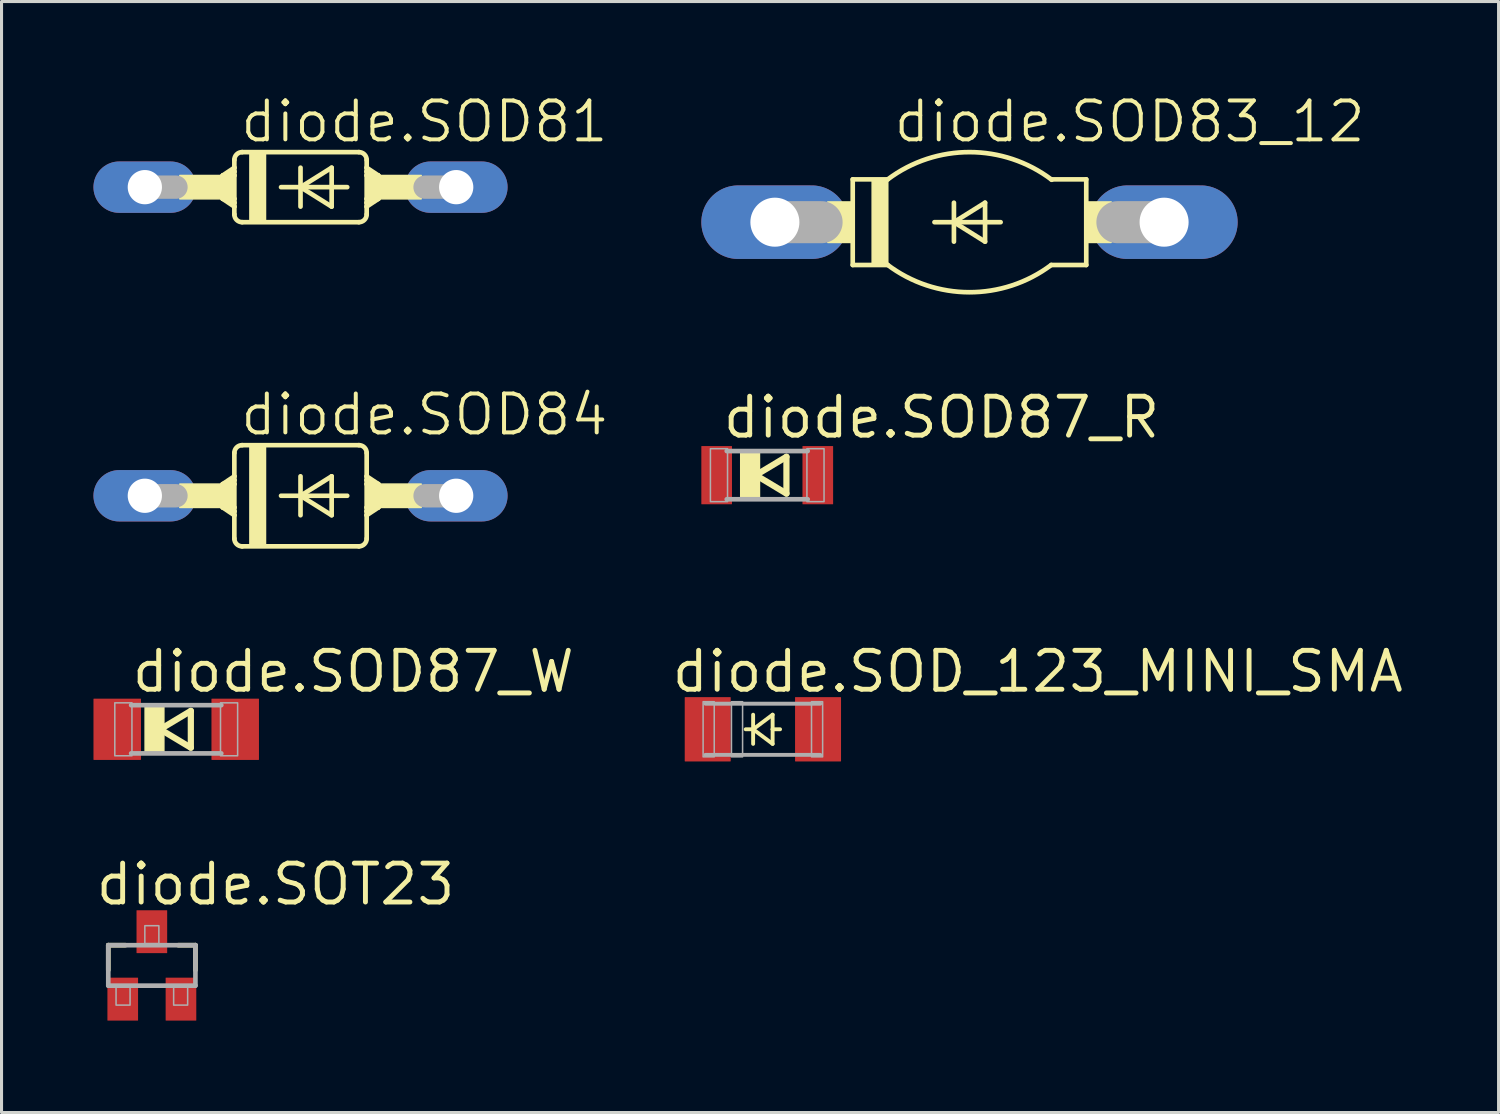
<source format=kicad_pcb>
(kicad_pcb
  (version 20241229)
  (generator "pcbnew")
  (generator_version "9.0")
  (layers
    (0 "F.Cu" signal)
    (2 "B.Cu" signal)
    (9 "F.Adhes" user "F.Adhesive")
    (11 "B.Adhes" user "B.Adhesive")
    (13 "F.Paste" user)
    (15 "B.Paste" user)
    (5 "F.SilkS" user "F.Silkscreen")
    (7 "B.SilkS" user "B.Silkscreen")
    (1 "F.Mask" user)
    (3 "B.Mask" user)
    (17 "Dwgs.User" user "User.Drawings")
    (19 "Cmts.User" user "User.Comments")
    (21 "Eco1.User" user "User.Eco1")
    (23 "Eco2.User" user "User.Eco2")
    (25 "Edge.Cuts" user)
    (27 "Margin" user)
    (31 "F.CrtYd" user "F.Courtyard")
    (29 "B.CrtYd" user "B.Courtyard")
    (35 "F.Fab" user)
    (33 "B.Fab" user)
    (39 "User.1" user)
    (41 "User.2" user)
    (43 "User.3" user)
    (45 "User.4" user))
  (footprint "diode.SOD83_12"
    (layer "F.Cu")
    (at 28.585 4.2)
    (property "Reference" "diode.SOD83_12" (at -2.54 -2.54 0) (layer "F.SilkS") (effects (font (size 1.27 1.27) (thickness 0.13)) (justify left bottom)))
    (attr through_hole)
    (fp_line (start -3.81 -1.397) (end -3.81 1.397) (stroke (width 0.152) (type default)) (layer "F.SilkS"))
    (fp_line (start -3.81 -1.397) (end -2.667 -1.397) (stroke (width 0.152) (type default)) (layer "F.SilkS"))
    (fp_line (start -3.81 1.397) (end -2.667 1.397) (stroke (width 0.152) (type default)) (layer "F.SilkS"))
    (fp_line (start -1.143 0) (end -0.508 0) (stroke (width 0.152) (type default)) (layer "F.SilkS"))
    (fp_line (start -0.508 -0.635) (end -0.508 0) (stroke (width 0.152) (type default)) (layer "F.SilkS"))
    (fp_line (start -0.508 0) (end -0.508 0.635) (stroke (width 0.152) (type default)) (layer "F.SilkS"))
    (fp_line (start -0.508 0) (end 0.508 -0.635) (stroke (width 0.152) (type default)) (layer "F.SilkS"))
    (fp_line (start -0.508 0) (end 1.016 0) (stroke (width 0.152) (type default)) (layer "F.SilkS"))
    (fp_line (start 0.508 -0.635) (end 0.508 0.635) (stroke (width 0.152) (type default)) (layer "F.SilkS"))
    (fp_line (start 0.508 0.635) (end -0.508 0) (stroke (width 0.152) (type default)) (layer "F.SilkS"))
    (fp_line (start 2.667 1.397) (end 3.81 1.397) (stroke (width 0.152) (type default)) (layer "F.SilkS"))
    (fp_line (start 3.81 -1.397) (end 2.667 -1.397) (stroke (width 0.152) (type default)) (layer "F.SilkS"))
    (fp_line (start 3.81 1.397) (end 3.81 -1.397) (stroke (width 0.152) (type default)) (layer "F.SilkS"))
    (fp_rect (start -4.623 0.66) (end -3.81 -0.66) (stroke (width 0.05) (type default)) (fill yes) (layer "F.SilkS"))
    (fp_rect (start -3.175 1.397) (end -2.667 -1.397) (stroke (width 0.05) (type default)) (fill yes) (layer "F.SilkS"))
    (fp_rect (start 3.81 0.66) (end 4.623 -0.66) (stroke (width 0.05) (type default)) (fill yes) (layer "F.SilkS"))
    (fp_arc (start -2.667 -1.397) (mid 0.010709 -2.285983) (end 2.6841 -1.3841) (stroke (width 0.1524) (type default)) (layer "F.SilkS"))
    (fp_arc (start 2.667 1.397) (mid -0.010709 2.285983) (end -2.6841 1.3841) (stroke (width 0.1524) (type default)) (layer "F.SilkS"))
    (fp_line (start -6.35 0) (end -4.826 0) (stroke (width 1.372) (type default)) (layer "F.Fab"))
    (fp_line (start 6.35 0) (end 4.826 0) (stroke (width 1.372) (type default)) (layer "F.Fab"))
    (pad "A" thru_hole oval (at 6.35 0) (size 4.801 2.4) (drill 1.6) (layers "*.Cu" "*.Mask"))
    (pad "C" thru_hole oval (at -6.35 0) (size 4.801 2.4) (drill 1.6) (layers "*.Cu" "*.Mask")))
  (footprint "diode.SOD_123_MINI_SMA"
    (layer "F.Cu")
    (at 21.843 20.747)
    (property "Reference" "diode.SOD_123_MINI_SMA" (at -3.048 -1.143 0) (layer "F.SilkS") (effects (font (size 1.27 1.27) (thickness 0.16)) (justify left bottom)))
    (attr smd)
    (fp_line (start -0.318 0) (end -0.561 0) (stroke (width 0.127) (type default)) (layer "F.SilkS"))
    (fp_line (start -0.318 0) (end -0.318 -0.476) (stroke (width 0.127) (type default)) (layer "F.SilkS"))
    (fp_line (start -0.318 0) (end -0.318 0.476) (stroke (width 0.127) (type default)) (layer "F.SilkS"))
    (fp_line (start -0.318 0) (end 0.318 0.476) (stroke (width 0.127) (type default)) (layer "F.SilkS"))
    (fp_line (start 0.318 -0.476) (end -0.318 0) (stroke (width 0.127) (type default)) (layer "F.SilkS"))
    (fp_line (start 0.318 0) (end 0.318 -0.476) (stroke (width 0.127) (type default)) (layer "F.SilkS"))
    (fp_line (start 0.318 0) (end 0.561 0) (stroke (width 0.127) (type default)) (layer "F.SilkS"))
    (fp_line (start 0.318 0.476) (end 0.318 0) (stroke (width 0.127) (type default)) (layer "F.SilkS"))
    (fp_line (start -1.873 -0.835) (end 1.873 -0.835) (stroke (width 0.127) (type default)) (layer "F.Fab"))
    (fp_line (start -1.873 0.835) (end 1.873 0.835) (stroke (width 0.127) (type default)) (layer "F.Fab"))
    (fp_rect (start -1.95 0.9) (end -1.587 -0.9) (stroke (width 0.05) (type default)) (fill no) (layer "F.Fab"))
    (fp_rect (start -1.025 0.9) (end -0.662 -0.9) (stroke (width 0.05) (type default)) (fill no) (layer "F.Fab"))
    (fp_rect (start 1.587 0.9) (end 1.95 -0.9) (stroke (width 0.05) (type default)) (fill no) (layer "F.Fab"))
    (pad "A" smd roundrect (at 1.8 0 180) (size 1.5 2.1) (layers "F.Cu" "F.Mask" "F.Paste") (roundrect_rratio 0.01))
    (pad "C" smd roundrect (at -1.8 0 180) (size 1.5 2.1) (layers "F.Cu" "F.Mask" "F.Paste") (roundrect_rratio 0.01)))
  (footprint "diode.SOD87_W"
    (layer "F.Cu")
    (at 2.7 20.747)
    (property "Reference" "diode.SOD87_W" (at -1.524 -1.143 0) (layer "F.SilkS") (effects (font (size 1.27 1.27) (thickness 0.16)) (justify left bottom)))
    (attr smd)
    (fp_line (start -0.523 0) (end 0.477 0.6) (stroke (width 0.203) (type default)) (layer "F.SilkS"))
    (fp_line (start 0.477 -0.6) (end -0.523 0) (stroke (width 0.203) (type default)) (layer "F.SilkS"))
    (fp_line (start 0.477 0.6) (end 0.477 -0.6) (stroke (width 0.203) (type default)) (layer "F.SilkS"))
    (fp_rect (start -1.014 0.787) (end -0.404 -0.787) (stroke (width 0.05) (type default)) (fill yes) (layer "F.SilkS"))
    (fp_line (start 1.471 -0.787) (end -1.471 -0.787) (stroke (width 0.152) (type default)) (layer "F.Fab"))
    (fp_line (start 1.471 0.787) (end -1.471 0.787) (stroke (width 0.152) (type default)) (layer "F.Fab"))
    (fp_rect (start -2.004 0.864) (end -1.445 -0.864) (stroke (width 0.05) (type default)) (fill no) (layer "F.Fab"))
    (fp_rect (start 1.445 0.864) (end 2.004 -0.864) (stroke (width 0.05) (type default)) (fill no) (layer "F.Fab"))
    (pad "A" smd roundrect (at 1.925 0) (size 1.55 2) (layers "F.Cu" "F.Mask" "F.Paste") (roundrect_rratio 0.01))
    (pad "C" smd roundrect (at -1.925 0) (size 1.55 2) (layers "F.Cu" "F.Mask" "F.Paste") (roundrect_rratio 0.01)))
  (footprint "diode.SOD87_R"
    (layer "F.Cu")
    (at 21.985 12.455)
    (property "Reference" "diode.SOD87_R" (at -1.524 -1.143 0) (layer "F.SilkS") (effects (font (size 1.27 1.27) (thickness 0.16)) (justify left bottom)))
    (attr smd)
    (fp_line (start -0.373 0) (end 0.627 0.6) (stroke (width 0.203) (type default)) (layer "F.SilkS"))
    (fp_line (start 0.627 -0.6) (end -0.373 0) (stroke (width 0.203) (type default)) (layer "F.SilkS"))
    (fp_line (start 0.627 0.6) (end 0.627 -0.6) (stroke (width 0.203) (type default)) (layer "F.SilkS"))
    (fp_rect (start -0.864 0.787) (end -0.254 -0.787) (stroke (width 0.05) (type default)) (fill yes) (layer "F.SilkS"))
    (fp_line (start 1.321 -0.787) (end -1.321 -0.787) (stroke (width 0.152) (type default)) (layer "F.Fab"))
    (fp_line (start 1.321 0.787) (end -1.321 0.787) (stroke (width 0.152) (type default)) (layer "F.Fab"))
    (fp_rect (start -1.854 0.864) (end -1.295 -0.864) (stroke (width 0.05) (type default)) (fill no) (layer "F.Fab"))
    (fp_rect (start 1.295 0.864) (end 1.854 -0.864) (stroke (width 0.05) (type default)) (fill no) (layer "F.Fab"))
    (pad "A" smd roundrect (at 1.65 0) (size 1 1.9) (layers "F.Cu" "F.Mask" "F.Paste") (roundrect_rratio 0.01))
    (pad "C" smd roundrect (at -1.65 0) (size 1 1.9) (layers "F.Cu" "F.Mask" "F.Paste") (roundrect_rratio 0.01)))
  (footprint "diode.SOT23"
    (layer "F.Cu")
    (at 1.905 28.452)
    (property "Reference" "diode.SOT23" (at -1.905 -1.905 0) (layer "F.SilkS") (effects (font (size 1.27 1.27) (thickness 0.16)) (justify left bottom)))
    (attr smd)
    (fp_line (start -1.422 -0.66) (end -0.864 -0.66) (stroke (width 0.152) (type default)) (layer "F.SilkS"))
    (fp_line (start -1.422 0.152) (end -1.422 -0.66) (stroke (width 0.152) (type default)) (layer "F.SilkS"))
    (fp_line (start 0.864 -0.66) (end 1.422 -0.66) (stroke (width 0.152) (type default)) (layer "F.SilkS"))
    (fp_line (start 1.422 -0.66) (end 1.422 0.152) (stroke (width 0.152) (type default)) (layer "F.SilkS"))
    (fp_line (start -1.422 -0.66) (end 1.422 -0.66) (stroke (width 0.152) (type default)) (layer "F.Fab"))
    (fp_line (start -1.422 0.66) (end -1.422 -0.66) (stroke (width 0.152) (type default)) (layer "F.Fab"))
    (fp_line (start 1.422 -0.66) (end 1.422 0.66) (stroke (width 0.152) (type default)) (layer "F.Fab"))
    (fp_line (start 1.422 0.66) (end -1.422 0.66) (stroke (width 0.152) (type default)) (layer "F.Fab"))
    (fp_rect (start -1.168 1.295) (end -0.711 0.711) (stroke (width 0.05) (type default)) (fill no) (layer "F.Fab"))
    (fp_rect (start -0.229 -0.711) (end 0.229 -1.295) (stroke (width 0.05) (type default)) (fill no) (layer "F.Fab"))
    (fp_rect (start 0.711 1.295) (end 1.168 0.711) (stroke (width 0.05) (type default)) (fill no) (layer "F.Fab"))
    (pad "1" smd roundrect (at -0.95 1.1) (size 1 1.4) (layers "F.Cu" "F.Mask" "F.Paste") (roundrect_rratio 0.01))
    (pad "2" smd roundrect (at 0.95 1.1) (size 1 1.4) (layers "F.Cu" "F.Mask" "F.Paste") (roundrect_rratio 0.01))
    (pad "3" smd roundrect (at 0 -1.1) (size 1 1.4) (layers "F.Cu" "F.Mask" "F.Paste") (roundrect_rratio 0.01)))
  (footprint "diode.SOD81"
    (layer "F.Cu")
    (at 6.756 3.057)
    (property "Reference" "diode.SOD81" (at -2.032 -1.397 0) (layer "F.SilkS") (effects (font (size 1.27 1.27) (thickness 0.13)) (justify left bottom)))
    (attr through_hole)
    (fp_line (start -2.54 -0.381) (end -2.54 0.381) (stroke (width 0.152) (type default)) (layer "F.SilkS"))
    (fp_line (start -2.54 -0.381) (end -2.413 -0.381) (stroke (width 0.152) (type default)) (layer "F.SilkS"))
    (fp_line (start -2.54 0.381) (end -2.413 0.381) (stroke (width 0.152) (type default)) (layer "F.SilkS"))
    (fp_line (start -2.54 0.381) (end -2.159 0.635) (stroke (width 0.152) (type default)) (layer "F.SilkS"))
    (fp_line (start -2.413 -0.381) (end -2.159 -0.381) (stroke (width 0.152) (type default)) (layer "F.SilkS"))
    (fp_line (start -2.413 0.381) (end -2.159 0.381) (stroke (width 0.152) (type default)) (layer "F.SilkS"))
    (fp_line (start -2.159 -0.635) (end -2.54 -0.381) (stroke (width 0.152) (type default)) (layer "F.SilkS"))
    (fp_line (start -2.159 -0.635) (end -2.159 -0.889) (stroke (width 0.152) (type default)) (layer "F.SilkS"))
    (fp_line (start -2.159 -0.635) (end -2.159 -0.508) (stroke (width 0.152) (type default)) (layer "F.SilkS"))
    (fp_line (start -2.159 -0.508) (end -2.413 -0.381) (stroke (width 0.152) (type default)) (layer "F.SilkS"))
    (fp_line (start -2.159 -0.508) (end -2.159 -0.381) (stroke (width 0.152) (type default)) (layer "F.SilkS"))
    (fp_line (start -2.159 -0.381) (end -2.159 0.381) (stroke (width 0.152) (type default)) (layer "F.SilkS"))
    (fp_line (start -2.159 0.381) (end -2.159 0.508) (stroke (width 0.152) (type default)) (layer "F.SilkS"))
    (fp_line (start -2.159 0.508) (end -2.413 0.381) (stroke (width 0.152) (type default)) (layer "F.SilkS"))
    (fp_line (start -2.159 0.508) (end -2.159 0.635) (stroke (width 0.152) (type default)) (layer "F.SilkS"))
    (fp_line (start -2.159 0.635) (end -2.159 0.889) (stroke (width 0.152) (type default)) (layer "F.SilkS"))
    (fp_line (start -1.905 -1.143) (end 1.905 -1.143) (stroke (width 0.152) (type default)) (layer "F.SilkS"))
    (fp_line (start -1.905 1.143) (end 1.905 1.143) (stroke (width 0.152) (type default)) (layer "F.SilkS"))
    (fp_line (start -0.635 0) (end 0 0) (stroke (width 0.152) (type default)) (layer "F.SilkS"))
    (fp_line (start 0 -0.635) (end 0 0) (stroke (width 0.152) (type default)) (layer "F.SilkS"))
    (fp_line (start 0 0) (end 0 0.635) (stroke (width 0.152) (type default)) (layer "F.SilkS"))
    (fp_line (start 0 0) (end 1.016 -0.635) (stroke (width 0.152) (type default)) (layer "F.SilkS"))
    (fp_line (start 0 0) (end 1.524 0) (stroke (width 0.152) (type default)) (layer "F.SilkS"))
    (fp_line (start 1.016 -0.635) (end 1.016 0.635) (stroke (width 0.152) (type default)) (layer "F.SilkS"))
    (fp_line (start 1.016 0.635) (end 0 0) (stroke (width 0.152) (type default)) (layer "F.SilkS"))
    (fp_line (start 2.159 -0.635) (end 2.159 -0.889) (stroke (width 0.152) (type default)) (layer "F.SilkS"))
    (fp_line (start 2.159 -0.635) (end 2.54 -0.381) (stroke (width 0.152) (type default)) (layer "F.SilkS"))
    (fp_line (start 2.159 -0.508) (end 2.159 -0.635) (stroke (width 0.152) (type default)) (layer "F.SilkS"))
    (fp_line (start 2.159 -0.508) (end 2.413 -0.381) (stroke (width 0.152) (type default)) (layer "F.SilkS"))
    (fp_line (start 2.159 -0.381) (end 2.159 -0.508) (stroke (width 0.152) (type default)) (layer "F.SilkS"))
    (fp_line (start 2.159 0.381) (end 2.159 -0.381) (stroke (width 0.152) (type default)) (layer "F.SilkS"))
    (fp_line (start 2.159 0.508) (end 2.159 0.381) (stroke (width 0.152) (type default)) (layer "F.SilkS"))
    (fp_line (start 2.159 0.508) (end 2.413 0.381) (stroke (width 0.152) (type default)) (layer "F.SilkS"))
    (fp_line (start 2.159 0.635) (end 2.159 0.508) (stroke (width 0.152) (type default)) (layer "F.SilkS"))
    (fp_line (start 2.159 0.635) (end 2.159 0.889) (stroke (width 0.152) (type default)) (layer "F.SilkS"))
    (fp_line (start 2.159 0.635) (end 2.54 0.381) (stroke (width 0.152) (type default)) (layer "F.SilkS"))
    (fp_line (start 2.413 -0.381) (end 2.159 -0.381) (stroke (width 0.152) (type default)) (layer "F.SilkS"))
    (fp_line (start 2.413 0.381) (end 2.159 0.381) (stroke (width 0.152) (type default)) (layer "F.SilkS"))
    (fp_line (start 2.54 -0.381) (end 2.413 -0.381) (stroke (width 0.152) (type default)) (layer "F.SilkS"))
    (fp_line (start 2.54 -0.381) (end 2.54 0.381) (stroke (width 0.152) (type default)) (layer "F.SilkS"))
    (fp_line (start 2.54 0.381) (end 2.413 0.381) (stroke (width 0.152) (type default)) (layer "F.SilkS"))
    (fp_rect (start -3.937 0.381) (end -2.159 -0.381) (stroke (width 0.05) (type default)) (fill yes) (layer "F.SilkS"))
    (fp_rect (start -1.651 1.143) (end -1.143 -1.143) (stroke (width 0.05) (type default)) (fill yes) (layer "F.SilkS"))
    (fp_rect (start 2.159 0.381) (end 3.937 -0.381) (stroke (width 0.05) (type default)) (fill yes) (layer "F.SilkS"))
    (fp_arc (start -2.159 -0.889) (mid -2.084605 -1.068605) (end -1.905 -1.143) (stroke (width 0.1524) (type default)) (layer "F.SilkS"))
    (fp_arc (start -1.905 1.143) (mid -2.084605 1.068605) (end -2.159 0.889) (stroke (width 0.1524) (type default)) (layer "F.SilkS"))
    (fp_arc (start 1.905 -1.143) (mid 2.084605 -1.068605) (end 2.159 -0.889) (stroke (width 0.1524) (type default)) (layer "F.SilkS"))
    (fp_arc (start 2.159 0.889) (mid 2.084605 1.068605) (end 1.905 1.143) (stroke (width 0.1524) (type default)) (layer "F.SilkS"))
    (fp_line (start -5.08 0) (end -4.064 0) (stroke (width 0.762) (type default)) (layer "F.Fab"))
    (fp_line (start 5.08 0) (end 4.064 0) (stroke (width 0.762) (type default)) (layer "F.Fab"))
    (pad "A" thru_hole oval (at 5.08 0) (size 3.353 1.676) (drill 1.118) (layers "*.Cu" "*.Mask"))
    (pad "C" thru_hole oval (at -5.08 0) (size 3.353 1.676) (drill 1.118) (layers "*.Cu" "*.Mask")))
  (footprint "diode.SOD84"
    (layer "F.Cu")
    (at 6.756 13.127)
    (property "Reference" "diode.SOD84" (at -2.032 -1.905 0) (layer "F.SilkS") (effects (font (size 1.27 1.27) (thickness 0.13)) (justify left bottom)))
    (attr through_hole)
    (fp_line (start -2.54 -0.381) (end -2.54 0.381) (stroke (width 0.152) (type default)) (layer "F.SilkS"))
    (fp_line (start -2.54 -0.381) (end -2.413 -0.381) (stroke (width 0.152) (type default)) (layer "F.SilkS"))
    (fp_line (start -2.54 0.381) (end -2.413 0.381) (stroke (width 0.152) (type default)) (layer "F.SilkS"))
    (fp_line (start -2.54 0.381) (end -2.159 0.635) (stroke (width 0.152) (type default)) (layer "F.SilkS"))
    (fp_line (start -2.413 -0.381) (end -2.159 -0.381) (stroke (width 0.152) (type default)) (layer "F.SilkS"))
    (fp_line (start -2.413 0.381) (end -2.159 0.381) (stroke (width 0.152) (type default)) (layer "F.SilkS"))
    (fp_line (start -2.159 -0.635) (end -2.54 -0.381) (stroke (width 0.152) (type default)) (layer "F.SilkS"))
    (fp_line (start -2.159 -0.635) (end -2.159 -1.397) (stroke (width 0.152) (type default)) (layer "F.SilkS"))
    (fp_line (start -2.159 -0.635) (end -2.159 -0.508) (stroke (width 0.152) (type default)) (layer "F.SilkS"))
    (fp_line (start -2.159 -0.508) (end -2.413 -0.381) (stroke (width 0.152) (type default)) (layer "F.SilkS"))
    (fp_line (start -2.159 -0.508) (end -2.159 -0.381) (stroke (width 0.152) (type default)) (layer "F.SilkS"))
    (fp_line (start -2.159 -0.381) (end -2.159 0.381) (stroke (width 0.152) (type default)) (layer "F.SilkS"))
    (fp_line (start -2.159 0.381) (end -2.159 0.508) (stroke (width 0.152) (type default)) (layer "F.SilkS"))
    (fp_line (start -2.159 0.508) (end -2.413 0.381) (stroke (width 0.152) (type default)) (layer "F.SilkS"))
    (fp_line (start -2.159 0.508) (end -2.159 0.635) (stroke (width 0.152) (type default)) (layer "F.SilkS"))
    (fp_line (start -2.159 0.635) (end -2.159 1.397) (stroke (width 0.152) (type default)) (layer "F.SilkS"))
    (fp_line (start -1.905 -1.651) (end 1.905 -1.651) (stroke (width 0.152) (type default)) (layer "F.SilkS"))
    (fp_line (start -1.905 1.651) (end 1.905 1.651) (stroke (width 0.152) (type default)) (layer "F.SilkS"))
    (fp_line (start -0.635 0) (end 0 0) (stroke (width 0.152) (type default)) (layer "F.SilkS"))
    (fp_line (start 0 -0.635) (end 0 0) (stroke (width 0.152) (type default)) (layer "F.SilkS"))
    (fp_line (start 0 0) (end 0 0.635) (stroke (width 0.152) (type default)) (layer "F.SilkS"))
    (fp_line (start 0 0) (end 1.016 -0.635) (stroke (width 0.152) (type default)) (layer "F.SilkS"))
    (fp_line (start 0 0) (end 1.524 0) (stroke (width 0.152) (type default)) (layer "F.SilkS"))
    (fp_line (start 1.016 -0.635) (end 1.016 0.635) (stroke (width 0.152) (type default)) (layer "F.SilkS"))
    (fp_line (start 1.016 0.635) (end 0 0) (stroke (width 0.152) (type default)) (layer "F.SilkS"))
    (fp_line (start 2.159 -0.635) (end 2.159 -1.397) (stroke (width 0.152) (type default)) (layer "F.SilkS"))
    (fp_line (start 2.159 -0.635) (end 2.54 -0.381) (stroke (width 0.152) (type default)) (layer "F.SilkS"))
    (fp_line (start 2.159 -0.508) (end 2.159 -0.635) (stroke (width 0.152) (type default)) (layer "F.SilkS"))
    (fp_line (start 2.159 -0.508) (end 2.413 -0.381) (stroke (width 0.152) (type default)) (layer "F.SilkS"))
    (fp_line (start 2.159 -0.381) (end 2.159 -0.508) (stroke (width 0.152) (type default)) (layer "F.SilkS"))
    (fp_line (start 2.159 0.381) (end 2.159 -0.381) (stroke (width 0.152) (type default)) (layer "F.SilkS"))
    (fp_line (start 2.159 0.508) (end 2.159 0.381) (stroke (width 0.152) (type default)) (layer "F.SilkS"))
    (fp_line (start 2.159 0.508) (end 2.413 0.381) (stroke (width 0.152) (type default)) (layer "F.SilkS"))
    (fp_line (start 2.159 0.635) (end 2.159 0.508) (stroke (width 0.152) (type default)) (layer "F.SilkS"))
    (fp_line (start 2.159 0.635) (end 2.159 1.397) (stroke (width 0.152) (type default)) (layer "F.SilkS"))
    (fp_line (start 2.159 0.635) (end 2.54 0.381) (stroke (width 0.152) (type default)) (layer "F.SilkS"))
    (fp_line (start 2.413 -0.381) (end 2.159 -0.381) (stroke (width 0.152) (type default)) (layer "F.SilkS"))
    (fp_line (start 2.413 0.381) (end 2.159 0.381) (stroke (width 0.152) (type default)) (layer "F.SilkS"))
    (fp_line (start 2.54 -0.381) (end 2.413 -0.381) (stroke (width 0.152) (type default)) (layer "F.SilkS"))
    (fp_line (start 2.54 -0.381) (end 2.54 0.381) (stroke (width 0.152) (type default)) (layer "F.SilkS"))
    (fp_line (start 2.54 0.381) (end 2.413 0.381) (stroke (width 0.152) (type default)) (layer "F.SilkS"))
    (fp_rect (start -3.937 0.381) (end -2.159 -0.381) (stroke (width 0.05) (type default)) (fill yes) (layer "F.SilkS"))
    (fp_rect (start -1.651 1.651) (end -1.143 -1.651) (stroke (width 0.05) (type default)) (fill yes) (layer "F.SilkS"))
    (fp_rect (start 2.159 0.381) (end 3.937 -0.381) (stroke (width 0.05) (type default)) (fill yes) (layer "F.SilkS"))
    (fp_arc (start -2.159 -1.397) (mid -2.084605 -1.576605) (end -1.905 -1.651) (stroke (width 0.1524) (type default)) (layer "F.SilkS"))
    (fp_arc (start -1.905 1.651) (mid -2.084605 1.576605) (end -2.159 1.397) (stroke (width 0.1524) (type default)) (layer "F.SilkS"))
    (fp_arc (start 1.905 -1.651) (mid 2.084605 -1.576605) (end 2.159 -1.397) (stroke (width 0.1524) (type default)) (layer "F.SilkS"))
    (fp_arc (start 2.159 1.397) (mid 2.084605 1.576605) (end 1.905 1.651) (stroke (width 0.1524) (type default)) (layer "F.SilkS"))
    (fp_line (start -5.08 0) (end -4.064 0) (stroke (width 0.762) (type default)) (layer "F.Fab"))
    (fp_line (start 5.08 0) (end 4.064 0) (stroke (width 0.762) (type default)) (layer "F.Fab"))
    (pad "A" thru_hole oval (at 5.08 0) (size 3.353 1.676) (drill 1.118) (layers "*.Cu" "*.Mask"))
    (pad "C" thru_hole oval (at -5.08 0) (size 3.353 1.676) (drill 1.118) (layers "*.Cu" "*.Mask")))
  (gr_rect
    (start -3 -3)
    (end 45.849 33.252)
    (stroke (width 0.1) (type default))
    (fill no)
    (layer "Edge.Cuts")))
</source>
